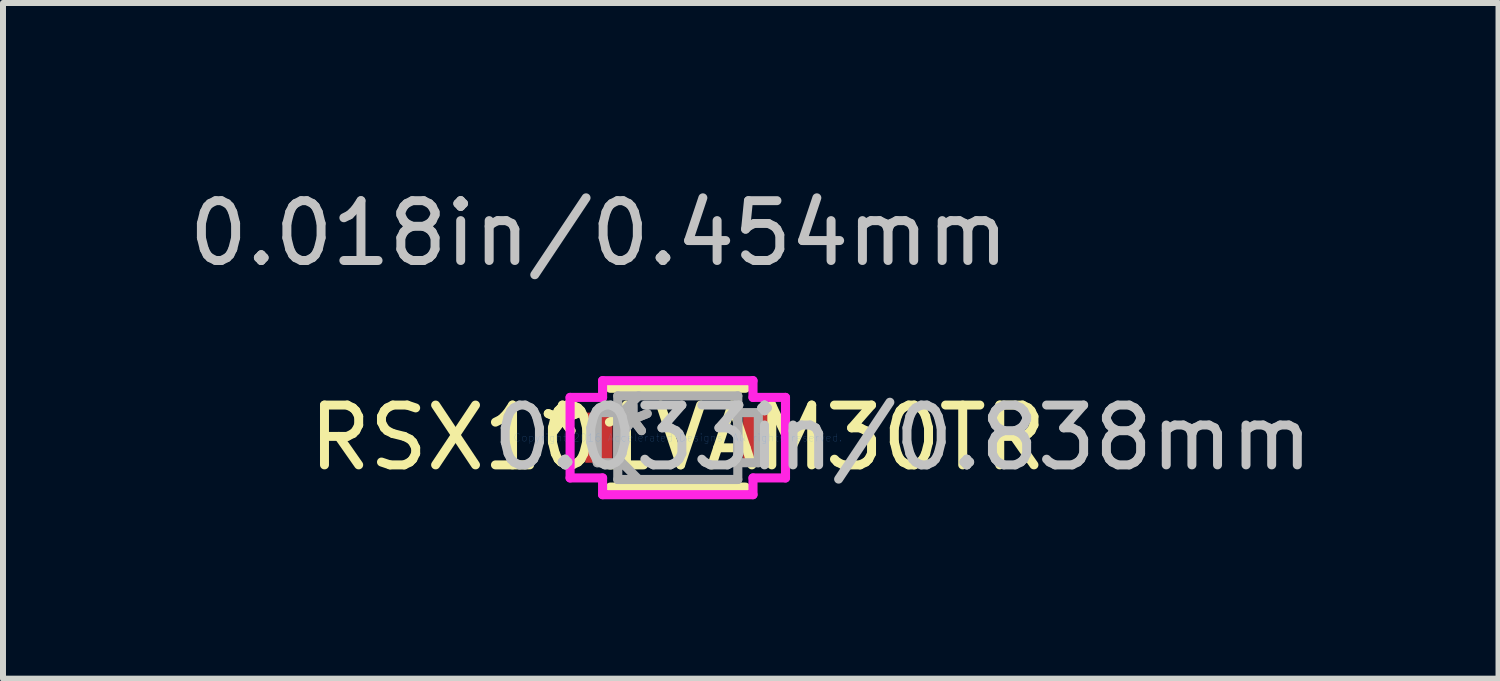
<source format=kicad_pcb>
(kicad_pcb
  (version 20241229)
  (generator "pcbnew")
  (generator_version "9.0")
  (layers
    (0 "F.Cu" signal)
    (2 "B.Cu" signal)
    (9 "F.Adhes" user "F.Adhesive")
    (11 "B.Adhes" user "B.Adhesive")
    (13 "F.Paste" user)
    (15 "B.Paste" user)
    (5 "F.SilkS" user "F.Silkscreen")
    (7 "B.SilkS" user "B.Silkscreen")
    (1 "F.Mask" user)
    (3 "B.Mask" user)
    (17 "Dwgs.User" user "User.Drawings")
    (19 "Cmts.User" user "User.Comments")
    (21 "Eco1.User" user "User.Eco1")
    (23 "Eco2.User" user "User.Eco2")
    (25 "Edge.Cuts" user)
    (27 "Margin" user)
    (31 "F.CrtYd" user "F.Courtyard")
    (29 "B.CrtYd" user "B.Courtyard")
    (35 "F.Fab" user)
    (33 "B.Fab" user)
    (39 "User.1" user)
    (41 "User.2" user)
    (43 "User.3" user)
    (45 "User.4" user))
  (footprint "RSX101VAM30TR"
    (layer "F.Cu")
    (at 8.278 4.265)
    (property "Reference" "RSX101VAM30TR" (at 0 0 0) (layer "F.SilkS") (effects (font (size 1 1) (thickness 0.15))))
    (attr through_hole)
    (fp_line (start -1.13 0.826) (end 1.13 0.826) (stroke (width 0.152) (type solid)) (layer "F.SilkS"))
    (fp_line (start 1.13 -0.826) (end -1.13 -0.826) (stroke (width 0.152) (type solid)) (layer "F.SilkS"))
    (fp_line (start -1.8 -0.673) (end -1.257 -0.673) (stroke (width 0.152) (type solid)) (layer "F.CrtYd"))
    (fp_line (start -1.8 0.673) (end -1.8 -0.673) (stroke (width 0.152) (type solid)) (layer "F.CrtYd"))
    (fp_line (start -1.257 -0.953) (end 1.257 -0.953) (stroke (width 0.152) (type solid)) (layer "F.CrtYd"))
    (fp_line (start -1.257 -0.673) (end -1.257 -0.953) (stroke (width 0.152) (type solid)) (layer "F.CrtYd"))
    (fp_line (start -1.257 0.673) (end -1.8 0.673) (stroke (width 0.152) (type solid)) (layer "F.CrtYd"))
    (fp_line (start -1.257 0.953) (end -1.257 0.673) (stroke (width 0.152) (type solid)) (layer "F.CrtYd"))
    (fp_line (start 1.257 -0.953) (end 1.257 -0.673) (stroke (width 0.152) (type solid)) (layer "F.CrtYd"))
    (fp_line (start 1.257 -0.673) (end 1.8 -0.673) (stroke (width 0.152) (type solid)) (layer "F.CrtYd"))
    (fp_line (start 1.257 0.673) (end 1.257 0.953) (stroke (width 0.152) (type solid)) (layer "F.CrtYd"))
    (fp_line (start 1.257 0.953) (end -1.257 0.953) (stroke (width 0.152) (type solid)) (layer "F.CrtYd"))
    (fp_line (start 1.8 -0.673) (end 1.8 0.673) (stroke (width 0.152) (type solid)) (layer "F.CrtYd"))
    (fp_line (start 1.8 0.673) (end 1.257 0.673) (stroke (width 0.152) (type solid)) (layer "F.CrtYd"))
    (fp_line (start -1.346 -0.419) (end -1.346 0.419) (stroke (width 0.152) (type solid)) (layer "F.Fab"))
    (fp_line (start -1.346 0.419) (end -1.003 0.419) (stroke (width 0.152) (type solid)) (layer "F.Fab"))
    (fp_line (start -1.003 -0.699) (end -1.003 0.699) (stroke (width 0.152) (type solid)) (layer "F.Fab"))
    (fp_line (start -1.003 -0.419) (end -1.346 -0.419) (stroke (width 0.152) (type solid)) (layer "F.Fab"))
    (fp_line (start -1.003 -0.349) (end -0.654 -0.699) (stroke (width 0.152) (type solid)) (layer "F.Fab"))
    (fp_line (start -1.003 0.349) (end -0.654 0.699) (stroke (width 0.152) (type solid)) (layer "F.Fab"))
    (fp_line (start -1.003 0.419) (end -1.003 -0.419) (stroke (width 0.152) (type solid)) (layer "F.Fab"))
    (fp_line (start -1.003 0.699) (end 1.003 0.699) (stroke (width 0.152) (type solid)) (layer "F.Fab"))
    (fp_line (start 1.003 -0.699) (end -1.003 -0.699) (stroke (width 0.152) (type solid)) (layer "F.Fab"))
    (fp_line (start 1.003 -0.419) (end 1.003 0.419) (stroke (width 0.152) (type solid)) (layer "F.Fab"))
    (fp_line (start 1.003 0.419) (end 1.346 0.419) (stroke (width 0.152) (type solid)) (layer "F.Fab"))
    (fp_line (start 1.003 0.699) (end 1.003 -0.699) (stroke (width 0.152) (type solid)) (layer "F.Fab"))
    (fp_line (start 1.346 -0.419) (end 1.003 -0.419) (stroke (width 0.152) (type solid)) (layer "F.Fab"))
    (fp_line (start 1.346 0.419) (end 1.346 -0.419) (stroke (width 0.152) (type solid)) (layer "F.Fab"))
    (fp_text user "*" (at -1.927 0 0) (layer "F.SilkS") (effects (font (size 1 1) (thickness 0.15))))
    (fp_text user "*" (at -1.927 0 0) (layer "F.SilkS") (effects (font (size 1 1) (thickness 0.15))))
    (fp_text user "0.018in/0.454mm" (at -1.319 -3.416 0) (layer "Dwgs.User") (effects (font (size 1 1) (thickness 0.15))))
    (fp_text user "0.033in/0.838mm" (at 3.759 0 0) (layer "Dwgs.User") (effects (font (size 1 1) (thickness 0.15))))
    (fp_text user "Copyright 2016 Accelerated Designs. All rights reserved." (at 0 0 0) (layer "Cmts.User") (effects (font (size 0.127 0.127) (thickness 0.002))))
    (fp_text user "*" (at -0.749 0 0) (layer "F.Fab") (effects (font (size 1 1) (thickness 0.15))))
    (fp_text user "*" (at -0.749 0 0) (layer "F.Fab") (effects (font (size 1 1) (thickness 0.15))))
    (pad "1" smd rect (at -1.319 0) (size 0.454 0.838) (layers "F.Cu" "F.Mask" "F.Paste"))
    (pad "2" smd rect (at 1.319 0) (size 0.454 0.838) (layers "F.Cu" "F.Mask" "F.Paste")))
  (gr_rect
    (start -3 -3)
    (end 21.995 8.293)
    (stroke (width 0.1) (type default))
    (fill no)
    (layer "Edge.Cuts")))
</source>
